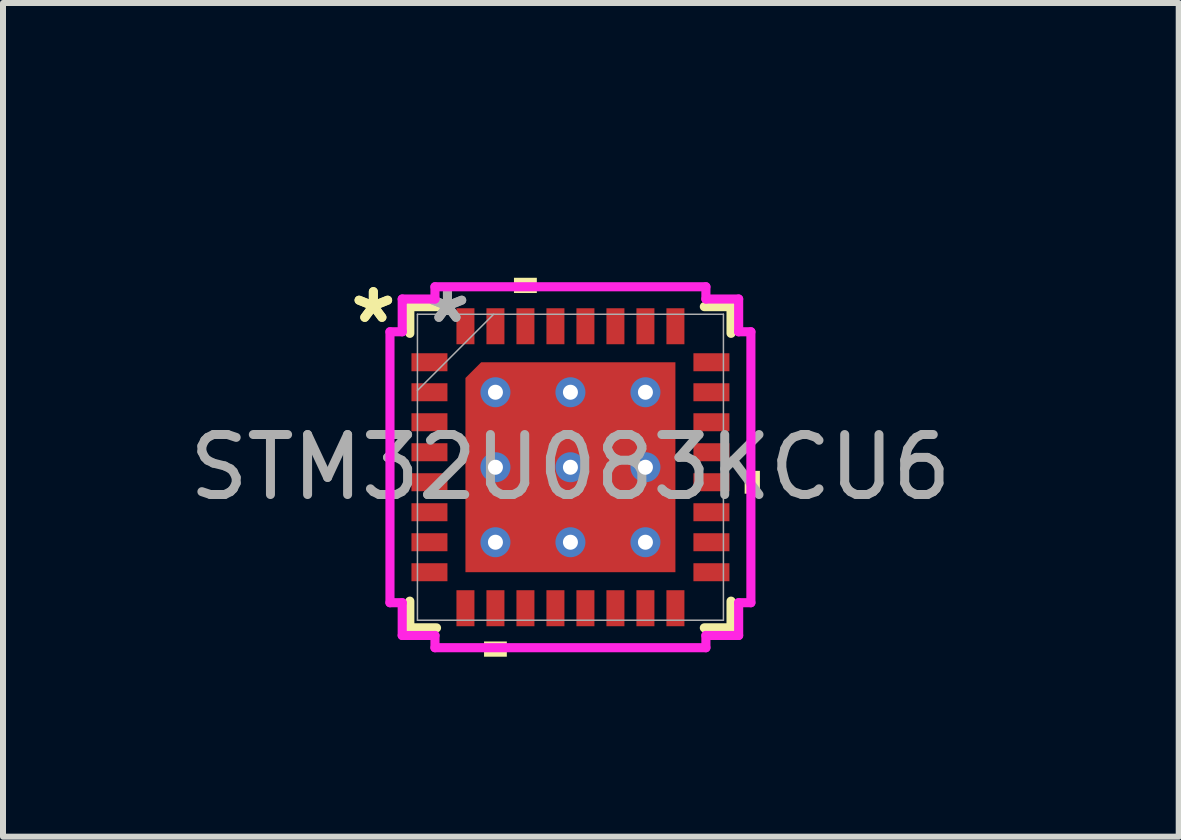
<source format=kicad_pcb>
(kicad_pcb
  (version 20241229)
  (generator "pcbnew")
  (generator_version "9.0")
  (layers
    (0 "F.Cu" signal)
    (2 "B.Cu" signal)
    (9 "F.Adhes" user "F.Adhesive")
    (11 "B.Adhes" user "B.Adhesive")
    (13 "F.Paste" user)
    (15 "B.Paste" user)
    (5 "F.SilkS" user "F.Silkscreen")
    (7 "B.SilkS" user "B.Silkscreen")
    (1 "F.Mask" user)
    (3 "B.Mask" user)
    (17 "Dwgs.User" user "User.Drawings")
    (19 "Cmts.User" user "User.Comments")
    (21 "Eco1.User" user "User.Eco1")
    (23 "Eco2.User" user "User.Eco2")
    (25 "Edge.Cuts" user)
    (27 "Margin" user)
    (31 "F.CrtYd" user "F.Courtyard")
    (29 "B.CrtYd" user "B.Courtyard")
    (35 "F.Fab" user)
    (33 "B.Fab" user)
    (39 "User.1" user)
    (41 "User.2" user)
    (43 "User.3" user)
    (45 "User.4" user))
  (footprint "STM32U083KCU6"
    (layer "F.Cu")
    (at 6.458 4.738)
    (property "Reference" "STM32U083KCU6" (at 0.68 -3.89 0) (unlocked yes) (layer "User.2") (effects (font (size 1 1) (thickness 0.15))))
    (attr smd)
    (fp_line (start -2.677 -2.677) (end -2.677 -2.232) (stroke (width 0.152) (type solid)) (layer "F.SilkS"))
    (fp_line (start -2.677 2.232) (end -2.677 2.677) (stroke (width 0.152) (type solid)) (layer "F.SilkS"))
    (fp_line (start -2.677 2.677) (end -2.232 2.677) (stroke (width 0.152) (type solid)) (layer "F.SilkS"))
    (fp_line (start -2.232 -2.677) (end -2.677 -2.677) (stroke (width 0.152) (type solid)) (layer "F.SilkS"))
    (fp_line (start 2.232 2.677) (end 2.677 2.677) (stroke (width 0.152) (type solid)) (layer "F.SilkS"))
    (fp_line (start 2.677 -2.677) (end 2.232 -2.677) (stroke (width 0.152) (type solid)) (layer "F.SilkS"))
    (fp_line (start 2.677 -2.232) (end 2.677 -2.677) (stroke (width 0.152) (type solid)) (layer "F.SilkS"))
    (fp_line (start 2.677 2.677) (end 2.677 2.232) (stroke (width 0.152) (type solid)) (layer "F.SilkS"))
    (fp_poly (pts (xy -1.44 2.904) (xy -1.44 3.158) (xy -1.06 3.158) (xy -1.06 2.904)) (stroke (width 0) (type solid)) (fill yes) (layer "F.SilkS"))
    (fp_poly (pts (xy -0.941 -2.904) (xy -0.941 -3.158) (xy -0.56 -3.158) (xy -0.56 -2.904)) (stroke (width 0) (type solid)) (fill yes) (layer "F.SilkS"))
    (fp_poly (pts (xy 3.158 0.06) (xy 3.158 0.441) (xy 2.904 0.441) (xy 2.904 0.06)) (stroke (width 0) (type solid)) (fill yes) (layer "F.SilkS"))
    (fp_poly (pts (xy -1.6 -1.625) (xy -1.6 -0.1) (xy -0.1 -0.1) (xy -0.1 -1.625)) (stroke (width 0) (type solid)) (fill yes) (layer "F.Paste"))
    (fp_poly (pts (xy -1.6 0.1) (xy -1.6 1.625) (xy -0.1 1.625) (xy -0.1 0.1)) (stroke (width 0) (type solid)) (fill yes) (layer "F.Paste"))
    (fp_poly (pts (xy 0.1 -1.625) (xy 0.1 -0.1) (xy 1.6 -0.1) (xy 1.6 -1.625)) (stroke (width 0) (type solid)) (fill yes) (layer "F.Paste"))
    (fp_poly (pts (xy 0.1 0.1) (xy 0.1 1.625) (xy 1.6 1.625) (xy 1.6 0.1)) (stroke (width 0) (type solid)) (fill yes) (layer "F.Paste"))
    (fp_line (start -3.008 -2.258) (end -2.804 -2.258) (stroke (width 0.152) (type solid)) (layer "F.CrtYd"))
    (fp_line (start -3.008 2.258) (end -3.008 -2.258) (stroke (width 0.152) (type solid)) (layer "F.CrtYd"))
    (fp_line (start -2.804 -2.804) (end -2.258 -2.804) (stroke (width 0.152) (type solid)) (layer "F.CrtYd"))
    (fp_line (start -2.804 -2.258) (end -2.804 -2.804) (stroke (width 0.152) (type solid)) (layer "F.CrtYd"))
    (fp_line (start -2.804 2.258) (end -3.008 2.258) (stroke (width 0.152) (type solid)) (layer "F.CrtYd"))
    (fp_line (start -2.804 2.804) (end -2.804 2.258) (stroke (width 0.152) (type solid)) (layer "F.CrtYd"))
    (fp_line (start -2.258 -3.008) (end 2.258 -3.008) (stroke (width 0.152) (type solid)) (layer "F.CrtYd"))
    (fp_line (start -2.258 -2.804) (end -2.258 -3.008) (stroke (width 0.152) (type solid)) (layer "F.CrtYd"))
    (fp_line (start -2.258 2.804) (end -2.804 2.804) (stroke (width 0.152) (type solid)) (layer "F.CrtYd"))
    (fp_line (start -2.258 3.008) (end -2.258 2.804) (stroke (width 0.152) (type solid)) (layer "F.CrtYd"))
    (fp_line (start 2.258 -3.008) (end 2.258 -2.804) (stroke (width 0.152) (type solid)) (layer "F.CrtYd"))
    (fp_line (start 2.258 -2.804) (end 2.804 -2.804) (stroke (width 0.152) (type solid)) (layer "F.CrtYd"))
    (fp_line (start 2.258 2.804) (end 2.258 3.008) (stroke (width 0.152) (type solid)) (layer "F.CrtYd"))
    (fp_line (start 2.258 3.008) (end -2.258 3.008) (stroke (width 0.152) (type solid)) (layer "F.CrtYd"))
    (fp_line (start 2.804 -2.804) (end 2.804 -2.258) (stroke (width 0.152) (type solid)) (layer "F.CrtYd"))
    (fp_line (start 2.804 -2.258) (end 3.008 -2.258) (stroke (width 0.152) (type solid)) (layer "F.CrtYd"))
    (fp_line (start 2.804 2.258) (end 2.804 2.804) (stroke (width 0.152) (type solid)) (layer "F.CrtYd"))
    (fp_line (start 2.804 2.804) (end 2.258 2.804) (stroke (width 0.152) (type solid)) (layer "F.CrtYd"))
    (fp_line (start 3.008 -2.258) (end 3.008 2.258) (stroke (width 0.152) (type solid)) (layer "F.CrtYd"))
    (fp_line (start 3.008 2.258) (end 2.804 2.258) (stroke (width 0.152) (type solid)) (layer "F.CrtYd"))
    (fp_line (start -2.55 -2.55) (end -2.55 2.55) (stroke (width 0.025) (type solid)) (layer "F.Fab"))
    (fp_line (start -2.55 -1.28) (end -1.28 -2.55) (stroke (width 0.025) (type solid)) (layer "F.Fab"))
    (fp_line (start -2.55 2.55) (end 2.55 2.55) (stroke (width 0.025) (type solid)) (layer "F.Fab"))
    (fp_line (start 2.55 -2.55) (end -2.55 -2.55) (stroke (width 0.025) (type solid)) (layer "F.Fab"))
    (fp_line (start 2.55 2.55) (end 2.55 -2.55) (stroke (width 0.025) (type solid)) (layer "F.Fab"))
    (fp_text user "*" (at -3.285 -2.382 0) (layer "F.SilkS") (effects (font (size 1 1) (thickness 0.15))))
    (fp_text user "*" (at -3.285 -2.382 0) (unlocked yes) (layer "F.SilkS") (effects (font (size 1 1) (thickness 0.15))))
    (fp_text user "${REFERENCE}" (at 0 0 0) (unlocked yes) (layer "F.Fab") (effects (font (size 1 1) (thickness 0.15))))
    (fp_text user "*" (at -2.05 -2.382 0) (layer "F.Fab") (effects (font (size 1 1) (thickness 0.15))))
    (fp_text user "*" (at -2.05 -2.382 0) (unlocked yes) (layer "F.Fab") (effects (font (size 1 1) (thickness 0.15))))
    (pad "1" smd rect (at -2.35 -1.75 90) (size 0.3 0.6) (layers "F.Cu" "F.Mask" "F.Paste"))
    (pad "2" smd rect (at -2.35 -1.25 90) (size 0.3 0.6) (layers "F.Cu" "F.Mask" "F.Paste"))
    (pad "3" smd rect (at -2.35 -0.75 90) (size 0.3 0.6) (layers "F.Cu" "F.Mask" "F.Paste"))
    (pad "4" smd rect (at -2.35 -0.25 90) (size 0.3 0.6) (layers "F.Cu" "F.Mask" "F.Paste"))
    (pad "5" smd rect (at -2.35 0.25 90) (size 0.3 0.6) (layers "F.Cu" "F.Mask" "F.Paste"))
    (pad "6" smd rect (at -2.35 0.75 90) (size 0.3 0.6) (layers "F.Cu" "F.Mask" "F.Paste"))
    (pad "7" smd rect (at -2.35 1.25 90) (size 0.3 0.6) (layers "F.Cu" "F.Mask" "F.Paste"))
    (pad "8" smd rect (at -2.35 1.75 90) (size 0.3 0.6) (layers "F.Cu" "F.Mask" "F.Paste"))
    (pad "9" smd rect (at -1.75 2.35) (size 0.3 0.6) (layers "F.Cu" "F.Mask" "F.Paste"))
    (pad "10" smd rect (at -1.25 2.35) (size 0.3 0.6) (layers "F.Cu" "F.Mask" "F.Paste"))
    (pad "11" smd rect (at -0.75 2.35) (size 0.3 0.6) (layers "F.Cu" "F.Mask" "F.Paste"))
    (pad "12" smd rect (at -0.25 2.35) (size 0.3 0.6) (layers "F.Cu" "F.Mask" "F.Paste"))
    (pad "13" smd rect (at 0.25 2.35) (size 0.3 0.6) (layers "F.Cu" "F.Mask" "F.Paste"))
    (pad "14" smd rect (at 0.75 2.35) (size 0.3 0.6) (layers "F.Cu" "F.Mask" "F.Paste"))
    (pad "15" smd rect (at 1.25 2.35) (size 0.3 0.6) (layers "F.Cu" "F.Mask" "F.Paste"))
    (pad "16" smd rect (at 1.75 2.35) (size 0.3 0.6) (layers "F.Cu" "F.Mask" "F.Paste"))
    (pad "17" smd rect (at 2.35 1.75 90) (size 0.3 0.6) (layers "F.Cu" "F.Mask" "F.Paste"))
    (pad "18" smd rect (at 2.35 1.25 90) (size 0.3 0.6) (layers "F.Cu" "F.Mask" "F.Paste"))
    (pad "19" smd rect (at 2.35 0.75 90) (size 0.3 0.6) (layers "F.Cu" "F.Mask" "F.Paste"))
    (pad "20" smd rect (at 2.35 0.25 90) (size 0.3 0.6) (layers "F.Cu" "F.Mask" "F.Paste"))
    (pad "21" smd rect (at 2.35 -0.25 90) (size 0.3 0.6) (layers "F.Cu" "F.Mask" "F.Paste"))
    (pad "22" smd rect (at 2.35 -0.75 90) (size 0.3 0.6) (layers "F.Cu" "F.Mask" "F.Paste"))
    (pad "23" smd rect (at 2.35 -1.25 90) (size 0.3 0.6) (layers "F.Cu" "F.Mask" "F.Paste"))
    (pad "24" smd rect (at 2.35 -1.75 90) (size 0.3 0.6) (layers "F.Cu" "F.Mask" "F.Paste"))
    (pad "25" smd rect (at 1.75 -2.35) (size 0.3 0.6) (layers "F.Cu" "F.Mask" "F.Paste"))
    (pad "26" smd rect (at 1.25 -2.35) (size 0.3 0.6) (layers "F.Cu" "F.Mask" "F.Paste"))
    (pad "27" smd rect (at 0.75 -2.35) (size 0.3 0.6) (layers "F.Cu" "F.Mask" "F.Paste"))
    (pad "28" smd rect (at 0.25 -2.35) (size 0.3 0.6) (layers "F.Cu" "F.Mask" "F.Paste"))
    (pad "29" smd rect (at -0.25 -2.35) (size 0.3 0.6) (layers "F.Cu" "F.Mask" "F.Paste"))
    (pad "30" smd rect (at -0.75 -2.35) (size 0.3 0.6) (layers "F.Cu" "F.Mask" "F.Paste"))
    (pad "31" smd rect (at -1.25 -2.35) (size 0.3 0.6) (layers "F.Cu" "F.Mask" "F.Paste"))
    (pad "32" smd rect (at -1.75 -2.35) (size 0.3 0.6) (layers "F.Cu" "F.Mask" "F.Paste"))
    (pad "33" thru_hole circle (at -1.25 -1.25) (size 0.5 0.5) (drill 0.25) (layers "*.Cu" "*.Mask"))
    (pad "33" thru_hole circle (at -1.25 0) (size 0.5 0.5) (drill 0.25) (layers "*.Cu" "*.Mask"))
    (pad "33" thru_hole circle (at -1.25 1.25) (size 0.5 0.5) (drill 0.25) (layers "*.Cu" "*.Mask"))
    (pad "33" thru_hole circle (at 0 -1.25) (size 0.5 0.5) (drill 0.25) (layers "*.Cu" "*.Mask"))
    (pad "33" thru_hole circle (at 0 0) (size 0.5 0.5) (drill 0.25) (layers "*.Cu" "*.Mask"))
    (pad "33" smd roundrect (at 0 0) (size 3.5 3.5) (layers "F.Cu" "F.Mask") (roundrect_rratio 0) (chamfer_ratio 0.075) (chamfer top_left))
    (pad "33" thru_hole circle (at 0 1.25) (size 0.5 0.5) (drill 0.25) (layers "*.Cu" "*.Mask"))
    (pad "33" thru_hole circle (at 1.25 -1.25) (size 0.5 0.5) (drill 0.25) (layers "*.Cu" "*.Mask"))
    (pad "33" thru_hole circle (at 1.25 0) (size 0.5 0.5) (drill 0.25) (layers "*.Cu" "*.Mask"))
    (pad "33" thru_hole circle (at 1.25 1.25) (size 0.5 0.5) (drill 0.25) (layers "*.Cu" "*.Mask")))
  (gr_rect
    (start -3 -3)
    (end 16.597 10.896)
    (stroke (width 0.1) (type default))
    (fill no)
    (layer "Edge.Cuts")))
</source>
